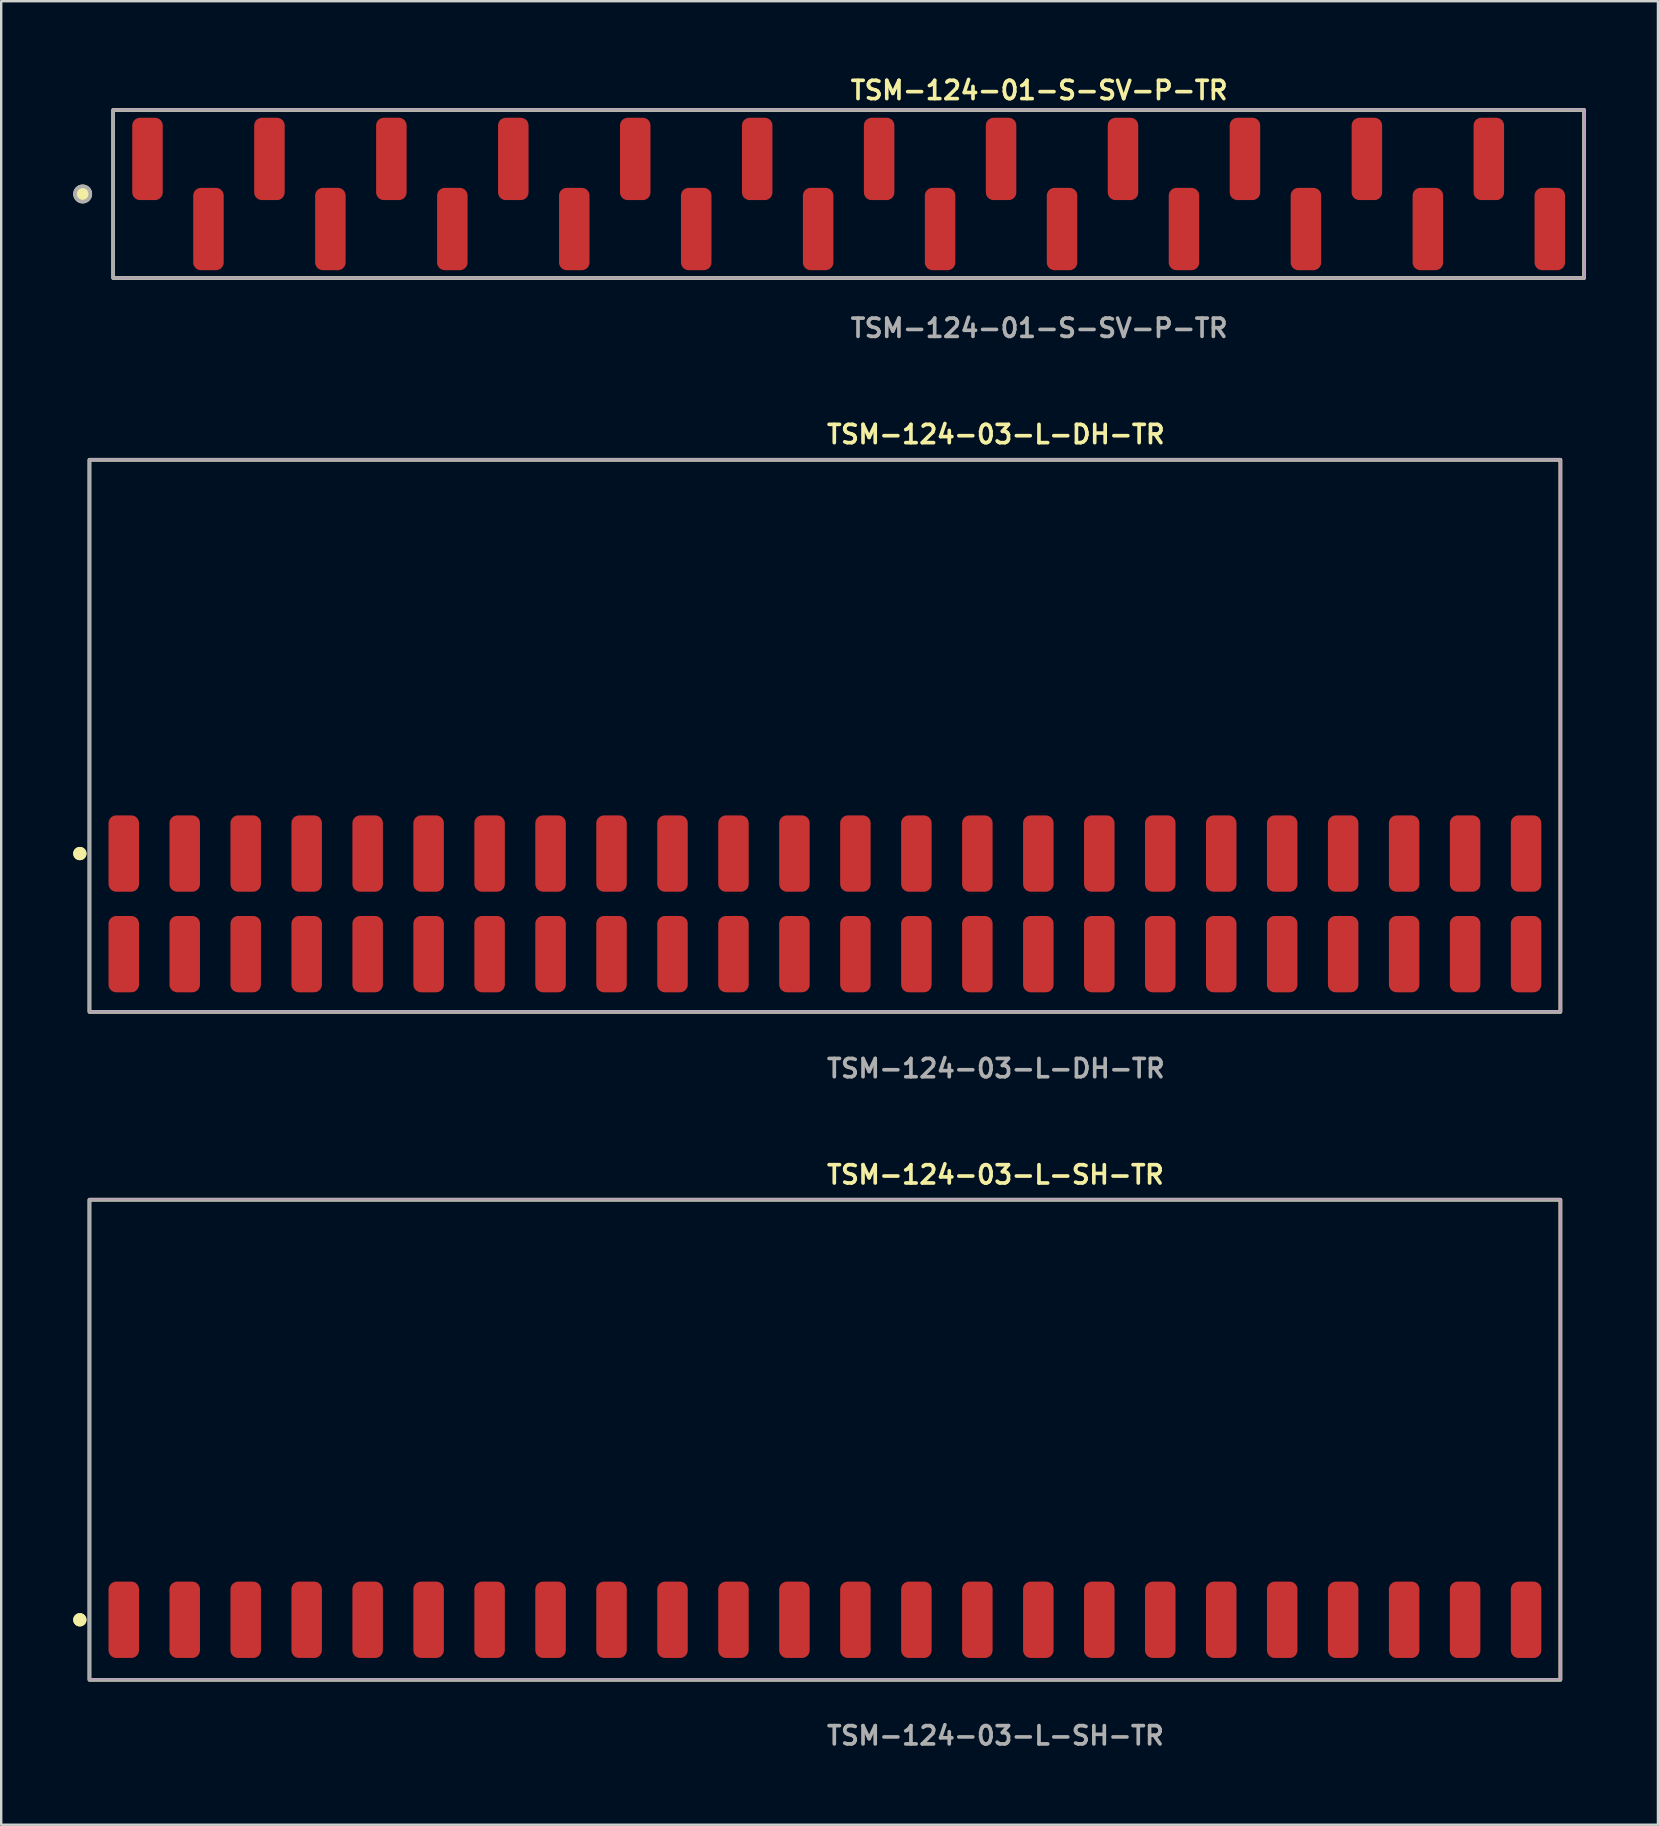
<source format=kicad_pcb>
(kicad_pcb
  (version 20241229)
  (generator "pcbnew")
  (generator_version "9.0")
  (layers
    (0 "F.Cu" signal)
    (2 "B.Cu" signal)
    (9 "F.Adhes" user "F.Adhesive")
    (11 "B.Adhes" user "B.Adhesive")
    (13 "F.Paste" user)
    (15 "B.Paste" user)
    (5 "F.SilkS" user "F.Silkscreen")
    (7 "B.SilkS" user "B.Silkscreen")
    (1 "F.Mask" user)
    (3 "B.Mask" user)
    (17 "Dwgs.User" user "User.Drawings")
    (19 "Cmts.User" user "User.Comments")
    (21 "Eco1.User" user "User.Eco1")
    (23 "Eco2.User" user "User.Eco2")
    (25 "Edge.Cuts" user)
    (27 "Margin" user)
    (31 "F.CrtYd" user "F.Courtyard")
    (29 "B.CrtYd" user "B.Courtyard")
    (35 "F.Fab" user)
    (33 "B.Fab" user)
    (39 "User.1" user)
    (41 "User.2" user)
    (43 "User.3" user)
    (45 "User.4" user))
  (footprint "TSM-124-03-L-SH-TR"
    (layer "F.Cu")
    (at 31.316 64.43)
    (property "Reference" "TSM-124-03-L-SH-TR" (at 0 -18.542 0) (unlocked yes) (layer "F.SilkS") (effects (font (size 0.762 0.762) (thickness 0.152)) (justify left)))
    (fp_rect (start -30.64 2.5) (end 30.64 -17.5) (stroke (width 0.152) (type solid)) (fill no) (layer "F.SilkS"))
    (fp_circle (center -31.04 0) (end -31.24 0) (stroke (width 0.152) (type solid)) (fill yes) (layer "F.SilkS"))
    (fp_circle (center -31.04 0) (end -31.24 0) (stroke (width 0.152) (type solid)) (fill yes) (layer "F.SilkS"))
    (fp_rect (start -30.64 2.5) (end 30.64 -17.5) (stroke (width 0.006) (type solid)) (fill no) (layer "F.CrtYd"))
    (fp_rect (start -30.64 2.5) (end 30.64 -17.5) (stroke (width 0.152) (type solid)) (fill no) (layer "F.Fab"))
    (fp_text user "${REFERENCE}" (at 0 4.826 0) (unlocked yes) (layer "F.Fab") (effects (font (size 0.762 0.762) (thickness 0.152)) (justify left)))
    (pad "1" smd roundrect (at -29.21 0) (size 1.27 3.18) (layers "F.Cu" "F.Paste") (roundrect_rratio 0.25))
    (pad "2" smd roundrect (at -26.67 0) (size 1.27 3.18) (layers "F.Cu" "F.Paste") (roundrect_rratio 0.25))
    (pad "3" smd roundrect (at -24.13 0) (size 1.27 3.18) (layers "F.Cu" "F.Paste") (roundrect_rratio 0.25))
    (pad "4" smd roundrect (at -21.59 0) (size 1.27 3.18) (layers "F.Cu" "F.Paste") (roundrect_rratio 0.25))
    (pad "5" smd roundrect (at -19.05 0) (size 1.27 3.18) (layers "F.Cu" "F.Paste") (roundrect_rratio 0.25))
    (pad "6" smd roundrect (at -16.51 0) (size 1.27 3.18) (layers "F.Cu" "F.Paste") (roundrect_rratio 0.25))
    (pad "7" smd roundrect (at -13.97 0) (size 1.27 3.18) (layers "F.Cu" "F.Paste") (roundrect_rratio 0.25))
    (pad "8" smd roundrect (at -11.43 0) (size 1.27 3.18) (layers "F.Cu" "F.Paste") (roundrect_rratio 0.25))
    (pad "9" smd roundrect (at -8.89 0) (size 1.27 3.18) (layers "F.Cu" "F.Paste") (roundrect_rratio 0.25))
    (pad "10" smd roundrect (at -6.35 0) (size 1.27 3.18) (layers "F.Cu" "F.Paste") (roundrect_rratio 0.25))
    (pad "11" smd roundrect (at -3.81 0) (size 1.27 3.18) (layers "F.Cu" "F.Paste") (roundrect_rratio 0.25))
    (pad "12" smd roundrect (at -1.27 0) (size 1.27 3.18) (layers "F.Cu" "F.Paste") (roundrect_rratio 0.25))
    (pad "13" smd roundrect (at 1.27 0) (size 1.27 3.18) (layers "F.Cu" "F.Paste") (roundrect_rratio 0.25))
    (pad "14" smd roundrect (at 3.81 0) (size 1.27 3.18) (layers "F.Cu" "F.Paste") (roundrect_rratio 0.25))
    (pad "15" smd roundrect (at 6.35 0) (size 1.27 3.18) (layers "F.Cu" "F.Paste") (roundrect_rratio 0.25))
    (pad "16" smd roundrect (at 8.89 0) (size 1.27 3.18) (layers "F.Cu" "F.Paste") (roundrect_rratio 0.25))
    (pad "17" smd roundrect (at 11.43 0) (size 1.27 3.18) (layers "F.Cu" "F.Paste") (roundrect_rratio 0.25))
    (pad "18" smd roundrect (at 13.97 0) (size 1.27 3.18) (layers "F.Cu" "F.Paste") (roundrect_rratio 0.25))
    (pad "19" smd roundrect (at 16.51 0) (size 1.27 3.18) (layers "F.Cu" "F.Paste") (roundrect_rratio 0.25))
    (pad "20" smd roundrect (at 19.05 0) (size 1.27 3.18) (layers "F.Cu" "F.Paste") (roundrect_rratio 0.25))
    (pad "21" smd roundrect (at 21.59 0) (size 1.27 3.18) (layers "F.Cu" "F.Paste") (roundrect_rratio 0.25))
    (pad "22" smd roundrect (at 24.13 0) (size 1.27 3.18) (layers "F.Cu" "F.Paste") (roundrect_rratio 0.25))
    (pad "23" smd roundrect (at 26.67 0) (size 1.27 3.18) (layers "F.Cu" "F.Paste") (roundrect_rratio 0.25))
    (pad "24" smd roundrect (at 29.21 0) (size 1.27 3.18) (layers "F.Cu" "F.Paste") (roundrect_rratio 0.25)))
  (footprint "TSM-124-01-S-SV-P-TR"
    (layer "F.Cu")
    (at 32.304 5.031)
    (property "Reference" "TSM-124-01-S-SV-P-TR" (at 0 -4.318 0) (unlocked yes) (layer "F.SilkS") (effects (font (size 0.762 0.762) (thickness 0.152)) (justify left)))
    (fp_rect (start -30.64 3.5) (end 30.64 -3.5) (stroke (width 0.152) (type solid)) (fill no) (layer "F.SilkS"))
    (fp_circle (center -31.91 0) (end -32.227 0) (stroke (width 0.152) (type solid)) (fill yes) (layer "F.SilkS"))
    (fp_rect (start -30.64 3.5) (end 30.64 -3.5) (stroke (width 0.006) (type solid)) (fill no) (layer "F.CrtYd"))
    (fp_rect (start -30.64 3.5) (end 30.64 -3.5) (stroke (width 0.152) (type solid)) (fill no) (layer "F.Fab"))
    (fp_circle (center -31.91 0) (end -32.227 0) (stroke (width 0.152) (type solid)) (fill no) (layer "F.Fab"))
    (fp_text user "${REFERENCE}" (at 0 5.588 0) (unlocked yes) (layer "F.Fab") (effects (font (size 0.762 0.762) (thickness 0.152)) (justify left)))
    (pad "1" smd roundrect (at -29.21 -1.46) (size 1.27 3.43) (layers "F.Cu" "F.Paste") (roundrect_rratio 0.25))
    (pad "2" smd roundrect (at -26.67 1.46) (size 1.27 3.43) (layers "F.Cu" "F.Paste") (roundrect_rratio 0.25))
    (pad "3" smd roundrect (at -24.13 -1.46) (size 1.27 3.43) (layers "F.Cu" "F.Paste") (roundrect_rratio 0.25))
    (pad "4" smd roundrect (at -21.59 1.46) (size 1.27 3.43) (layers "F.Cu" "F.Paste") (roundrect_rratio 0.25))
    (pad "5" smd roundrect (at -19.05 -1.46) (size 1.27 3.43) (layers "F.Cu" "F.Paste") (roundrect_rratio 0.25))
    (pad "6" smd roundrect (at -16.51 1.46) (size 1.27 3.43) (layers "F.Cu" "F.Paste") (roundrect_rratio 0.25))
    (pad "7" smd roundrect (at -13.97 -1.46) (size 1.27 3.43) (layers "F.Cu" "F.Paste") (roundrect_rratio 0.25))
    (pad "8" smd roundrect (at -11.43 1.46) (size 1.27 3.43) (layers "F.Cu" "F.Paste") (roundrect_rratio 0.25))
    (pad "9" smd roundrect (at -8.89 -1.46) (size 1.27 3.43) (layers "F.Cu" "F.Paste") (roundrect_rratio 0.25))
    (pad "10" smd roundrect (at -6.35 1.46) (size 1.27 3.43) (layers "F.Cu" "F.Paste") (roundrect_rratio 0.25))
    (pad "11" smd roundrect (at -3.81 -1.46) (size 1.27 3.43) (layers "F.Cu" "F.Paste") (roundrect_rratio 0.25))
    (pad "12" smd roundrect (at -1.27 1.46) (size 1.27 3.43) (layers "F.Cu" "F.Paste") (roundrect_rratio 0.25))
    (pad "13" smd roundrect (at 1.27 -1.46) (size 1.27 3.43) (layers "F.Cu" "F.Paste") (roundrect_rratio 0.25))
    (pad "14" smd roundrect (at 3.81 1.46) (size 1.27 3.43) (layers "F.Cu" "F.Paste") (roundrect_rratio 0.25))
    (pad "15" smd roundrect (at 6.35 -1.46) (size 1.27 3.43) (layers "F.Cu" "F.Paste") (roundrect_rratio 0.25))
    (pad "16" smd roundrect (at 8.89 1.46) (size 1.27 3.43) (layers "F.Cu" "F.Paste") (roundrect_rratio 0.25))
    (pad "17" smd roundrect (at 11.43 -1.46) (size 1.27 3.43) (layers "F.Cu" "F.Paste") (roundrect_rratio 0.25))
    (pad "18" smd roundrect (at 13.97 1.46) (size 1.27 3.43) (layers "F.Cu" "F.Paste") (roundrect_rratio 0.25))
    (pad "19" smd roundrect (at 16.51 -1.46) (size 1.27 3.43) (layers "F.Cu" "F.Paste") (roundrect_rratio 0.25))
    (pad "20" smd roundrect (at 19.05 1.46) (size 1.27 3.43) (layers "F.Cu" "F.Paste") (roundrect_rratio 0.25))
    (pad "21" smd roundrect (at 21.59 -1.46) (size 1.27 3.43) (layers "F.Cu" "F.Paste") (roundrect_rratio 0.25))
    (pad "22" smd roundrect (at 24.13 1.46) (size 1.27 3.43) (layers "F.Cu" "F.Paste") (roundrect_rratio 0.25))
    (pad "23" smd roundrect (at 26.67 -1.46) (size 1.27 3.43) (layers "F.Cu" "F.Paste") (roundrect_rratio 0.25))
    (pad "24" smd roundrect (at 29.21 1.46) (size 1.27 3.43) (layers "F.Cu" "F.Paste") (roundrect_rratio 0.25)))
  (footprint "TSM-124-03-L-DH-TR"
    (layer "F.Cu")
    (at 31.316 34.604)
    (property "Reference" "TSM-124-03-L-DH-TR" (at 0 -19.558 0) (unlocked yes) (layer "F.SilkS") (effects (font (size 0.762 0.762) (thickness 0.152)) (justify left)))
    (fp_rect (start -30.64 4.5) (end 30.64 -18.5) (stroke (width 0.152) (type solid)) (fill no) (layer "F.SilkS"))
    (fp_circle (center -31.04 -2.095) (end -31.24 -2.095) (stroke (width 0.152) (type solid)) (fill yes) (layer "F.SilkS"))
    (fp_circle (center -31.04 -2.095) (end -31.24 -2.095) (stroke (width 0.152) (type solid)) (fill yes) (layer "F.SilkS"))
    (fp_rect (start -30.64 4.5) (end 30.64 -18.5) (stroke (width 0.006) (type solid)) (fill no) (layer "F.CrtYd"))
    (fp_rect (start -30.64 4.5) (end 30.64 -18.5) (stroke (width 0.152) (type solid)) (fill no) (layer "F.Fab"))
    (fp_text user "${REFERENCE}" (at 0 6.858 0) (unlocked yes) (layer "F.Fab") (effects (font (size 0.762 0.762) (thickness 0.152)) (justify left)))
    (pad "1" smd roundrect (at -29.21 2.095) (size 1.27 3.18) (layers "F.Cu" "F.Paste") (roundrect_rratio 0.25))
    (pad "2" smd roundrect (at -29.21 -2.095) (size 1.27 3.18) (layers "F.Cu" "F.Paste") (roundrect_rratio 0.25))
    (pad "3" smd roundrect (at -26.67 2.095) (size 1.27 3.18) (layers "F.Cu" "F.Paste") (roundrect_rratio 0.25))
    (pad "4" smd roundrect (at -26.67 -2.095) (size 1.27 3.18) (layers "F.Cu" "F.Paste") (roundrect_rratio 0.25))
    (pad "5" smd roundrect (at -24.13 2.095) (size 1.27 3.18) (layers "F.Cu" "F.Paste") (roundrect_rratio 0.25))
    (pad "6" smd roundrect (at -24.13 -2.095) (size 1.27 3.18) (layers "F.Cu" "F.Paste") (roundrect_rratio 0.25))
    (pad "7" smd roundrect (at -21.59 2.095) (size 1.27 3.18) (layers "F.Cu" "F.Paste") (roundrect_rratio 0.25))
    (pad "8" smd roundrect (at -21.59 -2.095) (size 1.27 3.18) (layers "F.Cu" "F.Paste") (roundrect_rratio 0.25))
    (pad "9" smd roundrect (at -19.05 2.095) (size 1.27 3.18) (layers "F.Cu" "F.Paste") (roundrect_rratio 0.25))
    (pad "10" smd roundrect (at -19.05 -2.095) (size 1.27 3.18) (layers "F.Cu" "F.Paste") (roundrect_rratio 0.25))
    (pad "11" smd roundrect (at -16.51 2.095) (size 1.27 3.18) (layers "F.Cu" "F.Paste") (roundrect_rratio 0.25))
    (pad "12" smd roundrect (at -16.51 -2.095) (size 1.27 3.18) (layers "F.Cu" "F.Paste") (roundrect_rratio 0.25))
    (pad "13" smd roundrect (at -13.97 2.095) (size 1.27 3.18) (layers "F.Cu" "F.Paste") (roundrect_rratio 0.25))
    (pad "14" smd roundrect (at -13.97 -2.095) (size 1.27 3.18) (layers "F.Cu" "F.Paste") (roundrect_rratio 0.25))
    (pad "15" smd roundrect (at -11.43 2.095) (size 1.27 3.18) (layers "F.Cu" "F.Paste") (roundrect_rratio 0.25))
    (pad "16" smd roundrect (at -11.43 -2.095) (size 1.27 3.18) (layers "F.Cu" "F.Paste") (roundrect_rratio 0.25))
    (pad "17" smd roundrect (at -8.89 2.095) (size 1.27 3.18) (layers "F.Cu" "F.Paste") (roundrect_rratio 0.25))
    (pad "18" smd roundrect (at -8.89 -2.095) (size 1.27 3.18) (layers "F.Cu" "F.Paste") (roundrect_rratio 0.25))
    (pad "19" smd roundrect (at -6.35 2.095) (size 1.27 3.18) (layers "F.Cu" "F.Paste") (roundrect_rratio 0.25))
    (pad "20" smd roundrect (at -6.35 -2.095) (size 1.27 3.18) (layers "F.Cu" "F.Paste") (roundrect_rratio 0.25))
    (pad "21" smd roundrect (at -3.81 2.095) (size 1.27 3.18) (layers "F.Cu" "F.Paste") (roundrect_rratio 0.25))
    (pad "22" smd roundrect (at -3.81 -2.095) (size 1.27 3.18) (layers "F.Cu" "F.Paste") (roundrect_rratio 0.25))
    (pad "23" smd roundrect (at -1.27 2.095) (size 1.27 3.18) (layers "F.Cu" "F.Paste") (roundrect_rratio 0.25))
    (pad "24" smd roundrect (at -1.27 -2.095) (size 1.27 3.18) (layers "F.Cu" "F.Paste") (roundrect_rratio 0.25))
    (pad "25" smd roundrect (at 1.27 2.095) (size 1.27 3.18) (layers "F.Cu" "F.Paste") (roundrect_rratio 0.25))
    (pad "26" smd roundrect (at 1.27 -2.095) (size 1.27 3.18) (layers "F.Cu" "F.Paste") (roundrect_rratio 0.25))
    (pad "27" smd roundrect (at 3.81 2.095) (size 1.27 3.18) (layers "F.Cu" "F.Paste") (roundrect_rratio 0.25))
    (pad "28" smd roundrect (at 3.81 -2.095) (size 1.27 3.18) (layers "F.Cu" "F.Paste") (roundrect_rratio 0.25))
    (pad "29" smd roundrect (at 6.35 2.095) (size 1.27 3.18) (layers "F.Cu" "F.Paste") (roundrect_rratio 0.25))
    (pad "30" smd roundrect (at 6.35 -2.095) (size 1.27 3.18) (layers "F.Cu" "F.Paste") (roundrect_rratio 0.25))
    (pad "31" smd roundrect (at 8.89 2.095) (size 1.27 3.18) (layers "F.Cu" "F.Paste") (roundrect_rratio 0.25))
    (pad "32" smd roundrect (at 8.89 -2.095) (size 1.27 3.18) (layers "F.Cu" "F.Paste") (roundrect_rratio 0.25))
    (pad "33" smd roundrect (at 11.43 2.095) (size 1.27 3.18) (layers "F.Cu" "F.Paste") (roundrect_rratio 0.25))
    (pad "34" smd roundrect (at 11.43 -2.095) (size 1.27 3.18) (layers "F.Cu" "F.Paste") (roundrect_rratio 0.25))
    (pad "35" smd roundrect (at 13.97 2.095) (size 1.27 3.18) (layers "F.Cu" "F.Paste") (roundrect_rratio 0.25))
    (pad "36" smd roundrect (at 13.97 -2.095) (size 1.27 3.18) (layers "F.Cu" "F.Paste") (roundrect_rratio 0.25))
    (pad "37" smd roundrect (at 16.51 2.095) (size 1.27 3.18) (layers "F.Cu" "F.Paste") (roundrect_rratio 0.25))
    (pad "38" smd roundrect (at 16.51 -2.095) (size 1.27 3.18) (layers "F.Cu" "F.Paste") (roundrect_rratio 0.25))
    (pad "39" smd roundrect (at 19.05 2.095) (size 1.27 3.18) (layers "F.Cu" "F.Paste") (roundrect_rratio 0.25))
    (pad "40" smd roundrect (at 19.05 -2.095) (size 1.27 3.18) (layers "F.Cu" "F.Paste") (roundrect_rratio 0.25))
    (pad "41" smd roundrect (at 21.59 2.095) (size 1.27 3.18) (layers "F.Cu" "F.Paste") (roundrect_rratio 0.25))
    (pad "42" smd roundrect (at 21.59 -2.095) (size 1.27 3.18) (layers "F.Cu" "F.Paste") (roundrect_rratio 0.25))
    (pad "43" smd roundrect (at 24.13 2.095) (size 1.27 3.18) (layers "F.Cu" "F.Paste") (roundrect_rratio 0.25))
    (pad "44" smd roundrect (at 24.13 -2.095) (size 1.27 3.18) (layers "F.Cu" "F.Paste") (roundrect_rratio 0.25))
    (pad "45" smd roundrect (at 26.67 2.095) (size 1.27 3.18) (layers "F.Cu" "F.Paste") (roundrect_rratio 0.25))
    (pad "46" smd roundrect (at 26.67 -2.095) (size 1.27 3.18) (layers "F.Cu" "F.Paste") (roundrect_rratio 0.25))
    (pad "47" smd roundrect (at 29.21 2.095) (size 1.27 3.18) (layers "F.Cu" "F.Paste") (roundrect_rratio 0.25))
    (pad "48" smd roundrect (at 29.21 -2.095) (size 1.27 3.18) (layers "F.Cu" "F.Paste") (roundrect_rratio 0.25)))
  (gr_rect
    (start -3 -3)
    (end 66.02 72.969)
    (stroke (width 0.1) (type default))
    (fill no)
    (layer "Edge.Cuts")))
</source>
